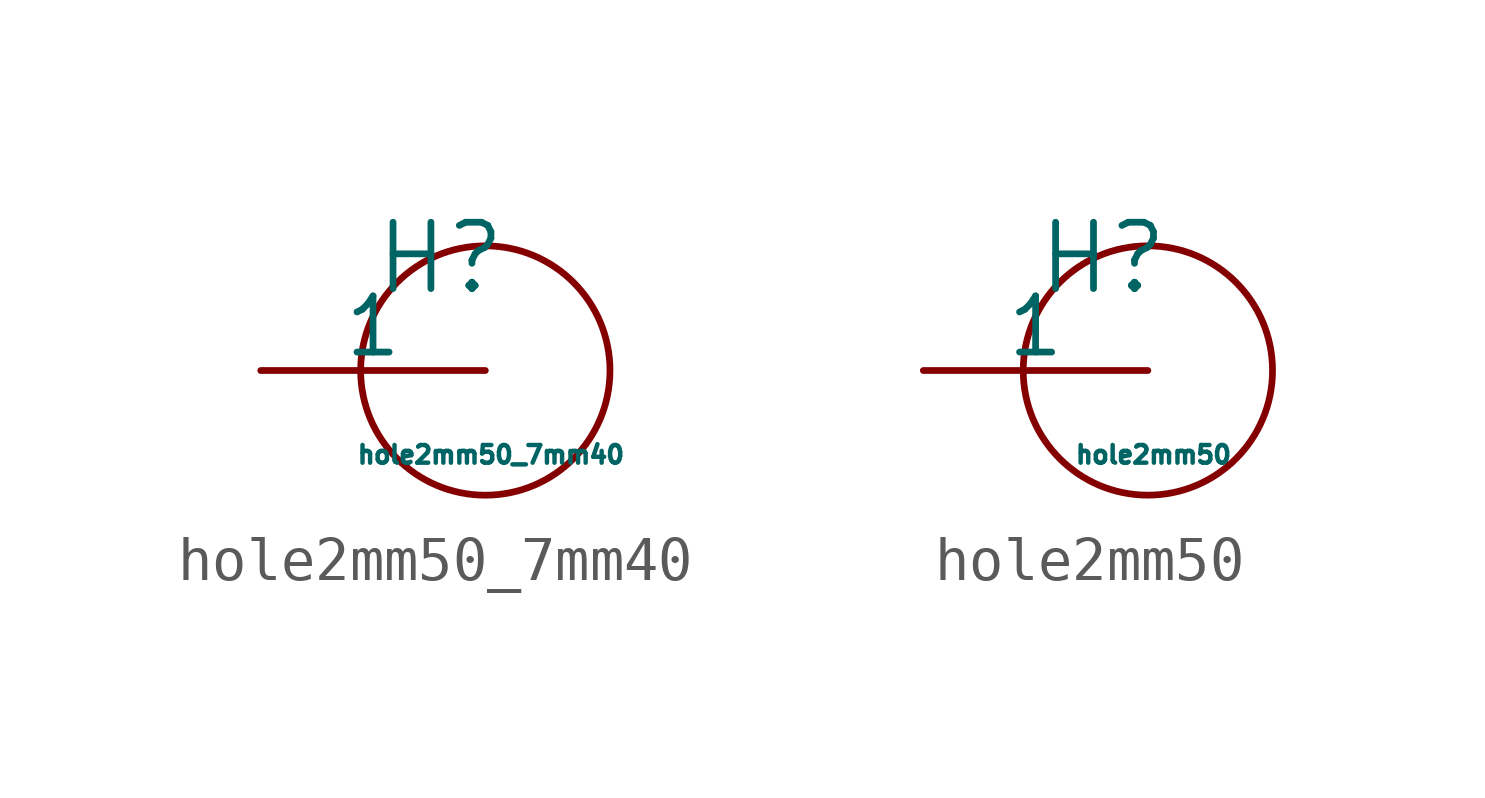
<source format=kicad_sym>
(kicad_symbol_lib
  (version 20211014)
  (generator kicad_symbol_editor)
  (symbol "hole2mm50_7mm40"
    (pin_numbers hide)
    (pin_names
      (offset 0))
    (property "Reference" "H"
      (at -1.016 2.54 0)
      (effects (font (size 1.5 1.5))))
    (property "Value" "hole2mm50_7mm40"
      (at 0.127 -1.905 0)
      (effects (font (size 0.4 0.4))))
    (symbol "hole2mm50_7mm40_0_1"
      (circle (center 0 0) (radius 2.82) (stroke (width 0) (type default) (color 0 0 0 0)) (fill (type none))))
    (symbol "hole2mm50_7mm40_1_1"
      (pin passive line (at -5.08 0 0) (length 5.08) (name "1" (effects (font (size 1.27 1.27)))) (number "1" (effects (font (size 1.27 1.27)))))))
  (symbol "hole2mm50"
    (pin_numbers hide)
    (pin_names
      (offset 0))
    (property "Reference" "H"
      (at -1.016 2.54 0)
      (effects (font (size 1.5 1.5))))
    (property "Value" "hole2mm50"
      (at 0.127 -1.905 0)
      (effects (font (size 0.4 0.4))))
    (symbol "hole2mm50_0_1"
      (circle (center 0 0) (radius 2.82) (stroke (width 0) (type default) (color 0 0 0 0)) (fill (type none))))
    (symbol "hole2mm50_1_1"
      (pin passive line (at -5.08 0 0) (length 5.08) (name "1" (effects (font (size 1.27 1.27)))) (number "1" (effects (font (size 1.27 1.27))))))))
</source>
